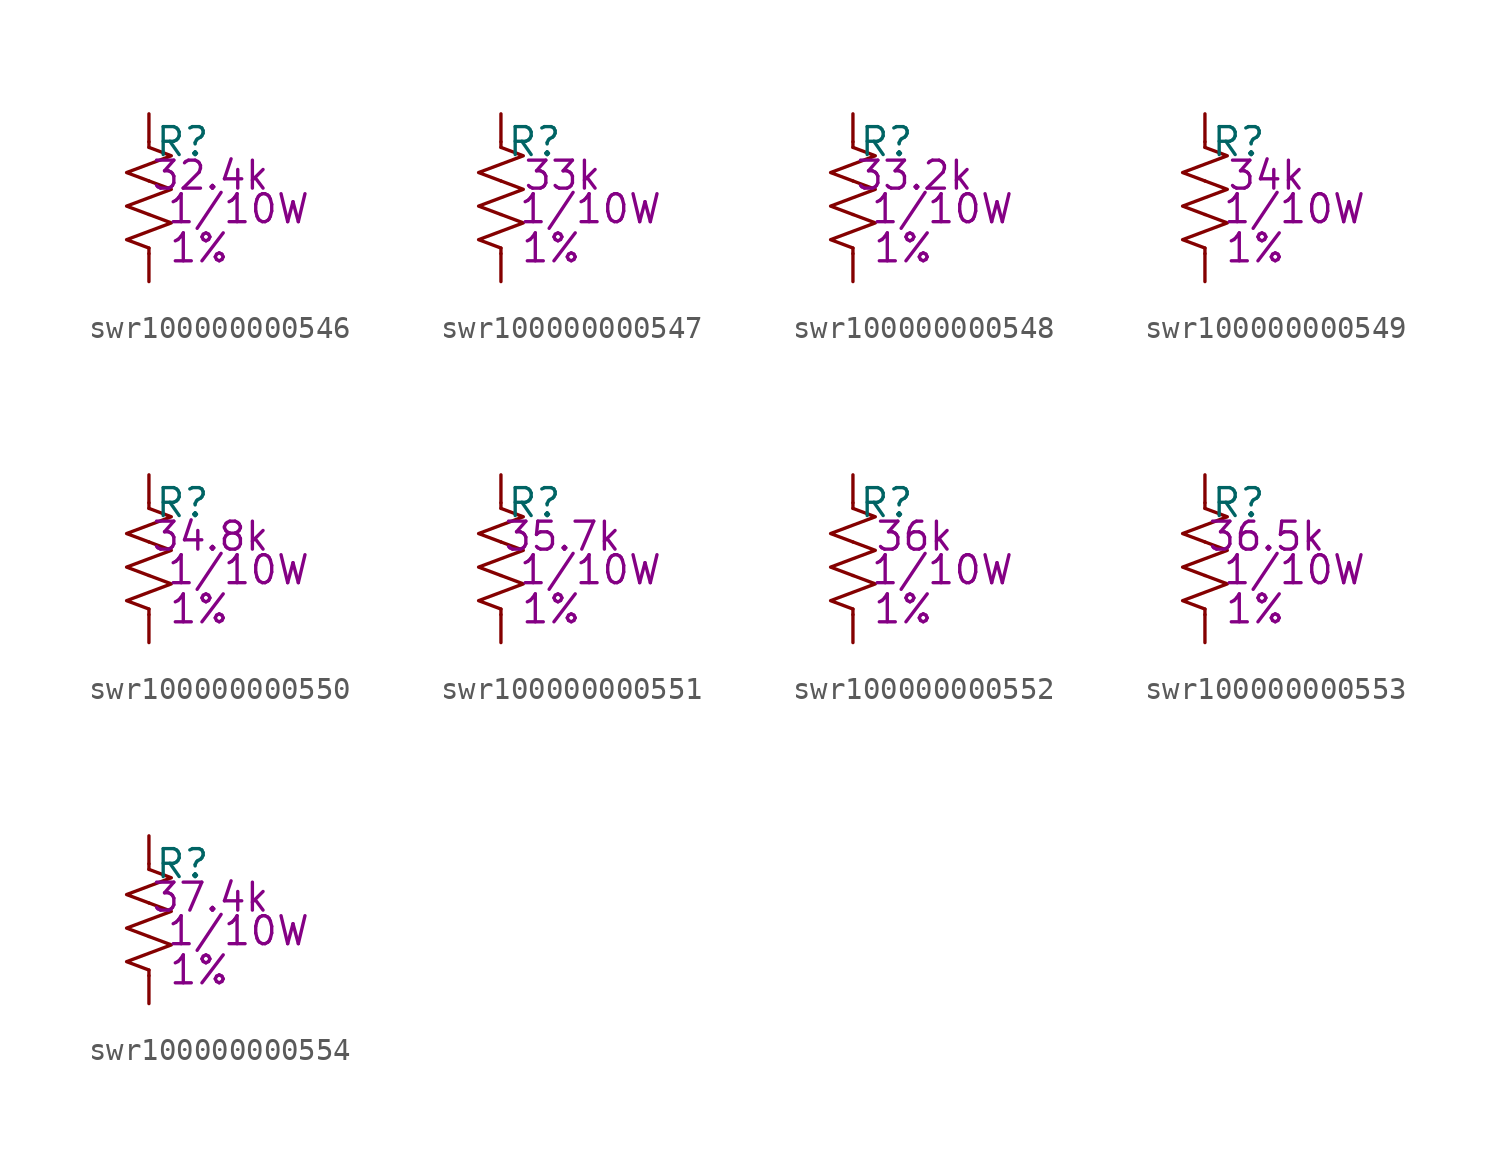
<source format=kicad_sym>
(kicad_symbol_lib
  (version 20211014)
  (generator kicad_symbol_editor)
  (symbol "swr100000000546"
    (pin_numbers hide)
    (pin_names
      (offset 1.016))
    (property "Reference" "R"
      (at 1.524 2.54 0)
      (effects (font (size 1.27 1.27))))
    (property "Tolerance" "1%"
      (at 2.286 -2.286 0)
      (effects (font (size 1.27 1.27))))
    (property "Wattage" "1/10W"
      (at 4.064 -0.508 0)
      (effects (font (size 1.27 1.27))))
    (property "PartValue" "32.4k"
      (at 2.794 1.016 0)
      (effects (font (size 1.27 1.27))))
    (symbol "swr100000000546_1_1"
      (polyline (pts (xy 0 -2.286) (xy 0 -2.54)) (stroke (width 0) (type default) (color 0 0 0 0)) (fill (type none)))
      (polyline (pts (xy 0 2.286) (xy 0 2.54)) (stroke (width 0) (type default) (color 0 0 0 0)) (fill (type none)))
      (polyline (pts (xy 0 -0.762) (xy 1.016 -1.143) (xy 0 -1.524) (xy -1.016 -1.905) (xy 0 -2.286)) (stroke (width 0) (type default) (color 0 0 0 0)) (fill (type none)))
      (polyline (pts (xy 0 0.762) (xy 1.016 0.381) (xy 0 0) (xy -1.016 -0.381) (xy 0 -0.762)) (stroke (width 0) (type default) (color 0 0 0 0)) (fill (type none)))
      (polyline (pts (xy 0 2.286) (xy 1.016 1.905) (xy 0 1.524) (xy -1.016 1.143) (xy 0 0.762)) (stroke (width 0) (type default) (color 0 0 0 0)) (fill (type none)))
      (pin passive line (at 0 3.81 270) (length 1.27) (name "~" (effects (font (size 1.27 1.27)))) (number "1" (effects (font (size 1.27 1.27)))))
      (pin passive line (at 0 -3.81 90) (length 1.27) (name "~" (effects (font (size 1.27 1.27)))) (number "2" (effects (font (size 1.27 1.27)))))))
  (symbol "swr100000000547"
    (pin_numbers hide)
    (pin_names
      (offset 1.016))
    (property "Reference" "R"
      (at 1.524 2.54 0)
      (effects (font (size 1.27 1.27))))
    (property "Tolerance" "1%"
      (at 2.286 -2.286 0)
      (effects (font (size 1.27 1.27))))
    (property "Wattage" "1/10W"
      (at 4.064 -0.508 0)
      (effects (font (size 1.27 1.27))))
    (property "PartValue" "33k"
      (at 2.794 1.016 0)
      (effects (font (size 1.27 1.27))))
    (symbol "swr100000000547_1_1"
      (polyline (pts (xy 0 -2.286) (xy 0 -2.54)) (stroke (width 0) (type default) (color 0 0 0 0)) (fill (type none)))
      (polyline (pts (xy 0 2.286) (xy 0 2.54)) (stroke (width 0) (type default) (color 0 0 0 0)) (fill (type none)))
      (polyline (pts (xy 0 -0.762) (xy 1.016 -1.143) (xy 0 -1.524) (xy -1.016 -1.905) (xy 0 -2.286)) (stroke (width 0) (type default) (color 0 0 0 0)) (fill (type none)))
      (polyline (pts (xy 0 0.762) (xy 1.016 0.381) (xy 0 0) (xy -1.016 -0.381) (xy 0 -0.762)) (stroke (width 0) (type default) (color 0 0 0 0)) (fill (type none)))
      (polyline (pts (xy 0 2.286) (xy 1.016 1.905) (xy 0 1.524) (xy -1.016 1.143) (xy 0 0.762)) (stroke (width 0) (type default) (color 0 0 0 0)) (fill (type none)))
      (pin passive line (at 0 3.81 270) (length 1.27) (name "~" (effects (font (size 1.27 1.27)))) (number "1" (effects (font (size 1.27 1.27)))))
      (pin passive line (at 0 -3.81 90) (length 1.27) (name "~" (effects (font (size 1.27 1.27)))) (number "2" (effects (font (size 1.27 1.27)))))))
  (symbol "swr100000000548"
    (pin_numbers hide)
    (pin_names
      (offset 1.016))
    (property "Reference" "R"
      (at 1.524 2.54 0)
      (effects (font (size 1.27 1.27))))
    (property "Tolerance" "1%"
      (at 2.286 -2.286 0)
      (effects (font (size 1.27 1.27))))
    (property "Wattage" "1/10W"
      (at 4.064 -0.508 0)
      (effects (font (size 1.27 1.27))))
    (property "PartValue" "33.2k"
      (at 2.794 1.016 0)
      (effects (font (size 1.27 1.27))))
    (symbol "swr100000000548_1_1"
      (polyline (pts (xy 0 -2.286) (xy 0 -2.54)) (stroke (width 0) (type default) (color 0 0 0 0)) (fill (type none)))
      (polyline (pts (xy 0 2.286) (xy 0 2.54)) (stroke (width 0) (type default) (color 0 0 0 0)) (fill (type none)))
      (polyline (pts (xy 0 -0.762) (xy 1.016 -1.143) (xy 0 -1.524) (xy -1.016 -1.905) (xy 0 -2.286)) (stroke (width 0) (type default) (color 0 0 0 0)) (fill (type none)))
      (polyline (pts (xy 0 0.762) (xy 1.016 0.381) (xy 0 0) (xy -1.016 -0.381) (xy 0 -0.762)) (stroke (width 0) (type default) (color 0 0 0 0)) (fill (type none)))
      (polyline (pts (xy 0 2.286) (xy 1.016 1.905) (xy 0 1.524) (xy -1.016 1.143) (xy 0 0.762)) (stroke (width 0) (type default) (color 0 0 0 0)) (fill (type none)))
      (pin passive line (at 0 3.81 270) (length 1.27) (name "~" (effects (font (size 1.27 1.27)))) (number "1" (effects (font (size 1.27 1.27)))))
      (pin passive line (at 0 -3.81 90) (length 1.27) (name "~" (effects (font (size 1.27 1.27)))) (number "2" (effects (font (size 1.27 1.27)))))))
  (symbol "swr100000000549"
    (pin_numbers hide)
    (pin_names
      (offset 1.016))
    (property "Reference" "R"
      (at 1.524 2.54 0)
      (effects (font (size 1.27 1.27))))
    (property "Tolerance" "1%"
      (at 2.286 -2.286 0)
      (effects (font (size 1.27 1.27))))
    (property "Wattage" "1/10W"
      (at 4.064 -0.508 0)
      (effects (font (size 1.27 1.27))))
    (property "PartValue" "34k"
      (at 2.794 1.016 0)
      (effects (font (size 1.27 1.27))))
    (symbol "swr100000000549_1_1"
      (polyline (pts (xy 0 -2.286) (xy 0 -2.54)) (stroke (width 0) (type default) (color 0 0 0 0)) (fill (type none)))
      (polyline (pts (xy 0 2.286) (xy 0 2.54)) (stroke (width 0) (type default) (color 0 0 0 0)) (fill (type none)))
      (polyline (pts (xy 0 -0.762) (xy 1.016 -1.143) (xy 0 -1.524) (xy -1.016 -1.905) (xy 0 -2.286)) (stroke (width 0) (type default) (color 0 0 0 0)) (fill (type none)))
      (polyline (pts (xy 0 0.762) (xy 1.016 0.381) (xy 0 0) (xy -1.016 -0.381) (xy 0 -0.762)) (stroke (width 0) (type default) (color 0 0 0 0)) (fill (type none)))
      (polyline (pts (xy 0 2.286) (xy 1.016 1.905) (xy 0 1.524) (xy -1.016 1.143) (xy 0 0.762)) (stroke (width 0) (type default) (color 0 0 0 0)) (fill (type none)))
      (pin passive line (at 0 3.81 270) (length 1.27) (name "~" (effects (font (size 1.27 1.27)))) (number "1" (effects (font (size 1.27 1.27)))))
      (pin passive line (at 0 -3.81 90) (length 1.27) (name "~" (effects (font (size 1.27 1.27)))) (number "2" (effects (font (size 1.27 1.27)))))))
  (symbol "swr100000000550"
    (pin_numbers hide)
    (pin_names
      (offset 1.016))
    (property "Reference" "R"
      (at 1.524 2.54 0)
      (effects (font (size 1.27 1.27))))
    (property "Tolerance" "1%"
      (at 2.286 -2.286 0)
      (effects (font (size 1.27 1.27))))
    (property "Wattage" "1/10W"
      (at 4.064 -0.508 0)
      (effects (font (size 1.27 1.27))))
    (property "PartValue" "34.8k"
      (at 2.794 1.016 0)
      (effects (font (size 1.27 1.27))))
    (symbol "swr100000000550_1_1"
      (polyline (pts (xy 0 -2.286) (xy 0 -2.54)) (stroke (width 0) (type default) (color 0 0 0 0)) (fill (type none)))
      (polyline (pts (xy 0 2.286) (xy 0 2.54)) (stroke (width 0) (type default) (color 0 0 0 0)) (fill (type none)))
      (polyline (pts (xy 0 -0.762) (xy 1.016 -1.143) (xy 0 -1.524) (xy -1.016 -1.905) (xy 0 -2.286)) (stroke (width 0) (type default) (color 0 0 0 0)) (fill (type none)))
      (polyline (pts (xy 0 0.762) (xy 1.016 0.381) (xy 0 0) (xy -1.016 -0.381) (xy 0 -0.762)) (stroke (width 0) (type default) (color 0 0 0 0)) (fill (type none)))
      (polyline (pts (xy 0 2.286) (xy 1.016 1.905) (xy 0 1.524) (xy -1.016 1.143) (xy 0 0.762)) (stroke (width 0) (type default) (color 0 0 0 0)) (fill (type none)))
      (pin passive line (at 0 3.81 270) (length 1.27) (name "~" (effects (font (size 1.27 1.27)))) (number "1" (effects (font (size 1.27 1.27)))))
      (pin passive line (at 0 -3.81 90) (length 1.27) (name "~" (effects (font (size 1.27 1.27)))) (number "2" (effects (font (size 1.27 1.27)))))))
  (symbol "swr100000000551"
    (pin_numbers hide)
    (pin_names
      (offset 1.016))
    (property "Reference" "R"
      (at 1.524 2.54 0)
      (effects (font (size 1.27 1.27))))
    (property "Tolerance" "1%"
      (at 2.286 -2.286 0)
      (effects (font (size 1.27 1.27))))
    (property "Wattage" "1/10W"
      (at 4.064 -0.508 0)
      (effects (font (size 1.27 1.27))))
    (property "PartValue" "35.7k"
      (at 2.794 1.016 0)
      (effects (font (size 1.27 1.27))))
    (symbol "swr100000000551_1_1"
      (polyline (pts (xy 0 -2.286) (xy 0 -2.54)) (stroke (width 0) (type default) (color 0 0 0 0)) (fill (type none)))
      (polyline (pts (xy 0 2.286) (xy 0 2.54)) (stroke (width 0) (type default) (color 0 0 0 0)) (fill (type none)))
      (polyline (pts (xy 0 -0.762) (xy 1.016 -1.143) (xy 0 -1.524) (xy -1.016 -1.905) (xy 0 -2.286)) (stroke (width 0) (type default) (color 0 0 0 0)) (fill (type none)))
      (polyline (pts (xy 0 0.762) (xy 1.016 0.381) (xy 0 0) (xy -1.016 -0.381) (xy 0 -0.762)) (stroke (width 0) (type default) (color 0 0 0 0)) (fill (type none)))
      (polyline (pts (xy 0 2.286) (xy 1.016 1.905) (xy 0 1.524) (xy -1.016 1.143) (xy 0 0.762)) (stroke (width 0) (type default) (color 0 0 0 0)) (fill (type none)))
      (pin passive line (at 0 3.81 270) (length 1.27) (name "~" (effects (font (size 1.27 1.27)))) (number "1" (effects (font (size 1.27 1.27)))))
      (pin passive line (at 0 -3.81 90) (length 1.27) (name "~" (effects (font (size 1.27 1.27)))) (number "2" (effects (font (size 1.27 1.27)))))))
  (symbol "swr100000000552"
    (pin_numbers hide)
    (pin_names
      (offset 1.016))
    (property "Reference" "R"
      (at 1.524 2.54 0)
      (effects (font (size 1.27 1.27))))
    (property "Tolerance" "1%"
      (at 2.286 -2.286 0)
      (effects (font (size 1.27 1.27))))
    (property "Wattage" "1/10W"
      (at 4.064 -0.508 0)
      (effects (font (size 1.27 1.27))))
    (property "PartValue" "36k"
      (at 2.794 1.016 0)
      (effects (font (size 1.27 1.27))))
    (symbol "swr100000000552_1_1"
      (polyline (pts (xy 0 -2.286) (xy 0 -2.54)) (stroke (width 0) (type default) (color 0 0 0 0)) (fill (type none)))
      (polyline (pts (xy 0 2.286) (xy 0 2.54)) (stroke (width 0) (type default) (color 0 0 0 0)) (fill (type none)))
      (polyline (pts (xy 0 -0.762) (xy 1.016 -1.143) (xy 0 -1.524) (xy -1.016 -1.905) (xy 0 -2.286)) (stroke (width 0) (type default) (color 0 0 0 0)) (fill (type none)))
      (polyline (pts (xy 0 0.762) (xy 1.016 0.381) (xy 0 0) (xy -1.016 -0.381) (xy 0 -0.762)) (stroke (width 0) (type default) (color 0 0 0 0)) (fill (type none)))
      (polyline (pts (xy 0 2.286) (xy 1.016 1.905) (xy 0 1.524) (xy -1.016 1.143) (xy 0 0.762)) (stroke (width 0) (type default) (color 0 0 0 0)) (fill (type none)))
      (pin passive line (at 0 3.81 270) (length 1.27) (name "~" (effects (font (size 1.27 1.27)))) (number "1" (effects (font (size 1.27 1.27)))))
      (pin passive line (at 0 -3.81 90) (length 1.27) (name "~" (effects (font (size 1.27 1.27)))) (number "2" (effects (font (size 1.27 1.27)))))))
  (symbol "swr100000000553"
    (pin_numbers hide)
    (pin_names
      (offset 1.016))
    (property "Reference" "R"
      (at 1.524 2.54 0)
      (effects (font (size 1.27 1.27))))
    (property "Tolerance" "1%"
      (at 2.286 -2.286 0)
      (effects (font (size 1.27 1.27))))
    (property "Wattage" "1/10W"
      (at 4.064 -0.508 0)
      (effects (font (size 1.27 1.27))))
    (property "PartValue" "36.5k"
      (at 2.794 1.016 0)
      (effects (font (size 1.27 1.27))))
    (symbol "swr100000000553_1_1"
      (polyline (pts (xy 0 -2.286) (xy 0 -2.54)) (stroke (width 0) (type default) (color 0 0 0 0)) (fill (type none)))
      (polyline (pts (xy 0 2.286) (xy 0 2.54)) (stroke (width 0) (type default) (color 0 0 0 0)) (fill (type none)))
      (polyline (pts (xy 0 -0.762) (xy 1.016 -1.143) (xy 0 -1.524) (xy -1.016 -1.905) (xy 0 -2.286)) (stroke (width 0) (type default) (color 0 0 0 0)) (fill (type none)))
      (polyline (pts (xy 0 0.762) (xy 1.016 0.381) (xy 0 0) (xy -1.016 -0.381) (xy 0 -0.762)) (stroke (width 0) (type default) (color 0 0 0 0)) (fill (type none)))
      (polyline (pts (xy 0 2.286) (xy 1.016 1.905) (xy 0 1.524) (xy -1.016 1.143) (xy 0 0.762)) (stroke (width 0) (type default) (color 0 0 0 0)) (fill (type none)))
      (pin passive line (at 0 3.81 270) (length 1.27) (name "~" (effects (font (size 1.27 1.27)))) (number "1" (effects (font (size 1.27 1.27)))))
      (pin passive line (at 0 -3.81 90) (length 1.27) (name "~" (effects (font (size 1.27 1.27)))) (number "2" (effects (font (size 1.27 1.27)))))))
  (symbol "swr100000000554"
    (pin_numbers hide)
    (pin_names
      (offset 1.016))
    (property "Reference" "R"
      (at 1.524 2.54 0)
      (effects (font (size 1.27 1.27))))
    (property "Tolerance" "1%"
      (at 2.286 -2.286 0)
      (effects (font (size 1.27 1.27))))
    (property "Wattage" "1/10W"
      (at 4.064 -0.508 0)
      (effects (font (size 1.27 1.27))))
    (property "PartValue" "37.4k"
      (at 2.794 1.016 0)
      (effects (font (size 1.27 1.27))))
    (symbol "swr100000000554_1_1"
      (polyline (pts (xy 0 -2.286) (xy 0 -2.54)) (stroke (width 0) (type default) (color 0 0 0 0)) (fill (type none)))
      (polyline (pts (xy 0 2.286) (xy 0 2.54)) (stroke (width 0) (type default) (color 0 0 0 0)) (fill (type none)))
      (polyline (pts (xy 0 -0.762) (xy 1.016 -1.143) (xy 0 -1.524) (xy -1.016 -1.905) (xy 0 -2.286)) (stroke (width 0) (type default) (color 0 0 0 0)) (fill (type none)))
      (polyline (pts (xy 0 0.762) (xy 1.016 0.381) (xy 0 0) (xy -1.016 -0.381) (xy 0 -0.762)) (stroke (width 0) (type default) (color 0 0 0 0)) (fill (type none)))
      (polyline (pts (xy 0 2.286) (xy 1.016 1.905) (xy 0 1.524) (xy -1.016 1.143) (xy 0 0.762)) (stroke (width 0) (type default) (color 0 0 0 0)) (fill (type none)))
      (pin passive line (at 0 3.81 270) (length 1.27) (name "~" (effects (font (size 1.27 1.27)))) (number "1" (effects (font (size 1.27 1.27)))))
      (pin passive line (at 0 -3.81 90) (length 1.27) (name "~" (effects (font (size 1.27 1.27)))) (number "2" (effects (font (size 1.27 1.27))))))))
</source>
